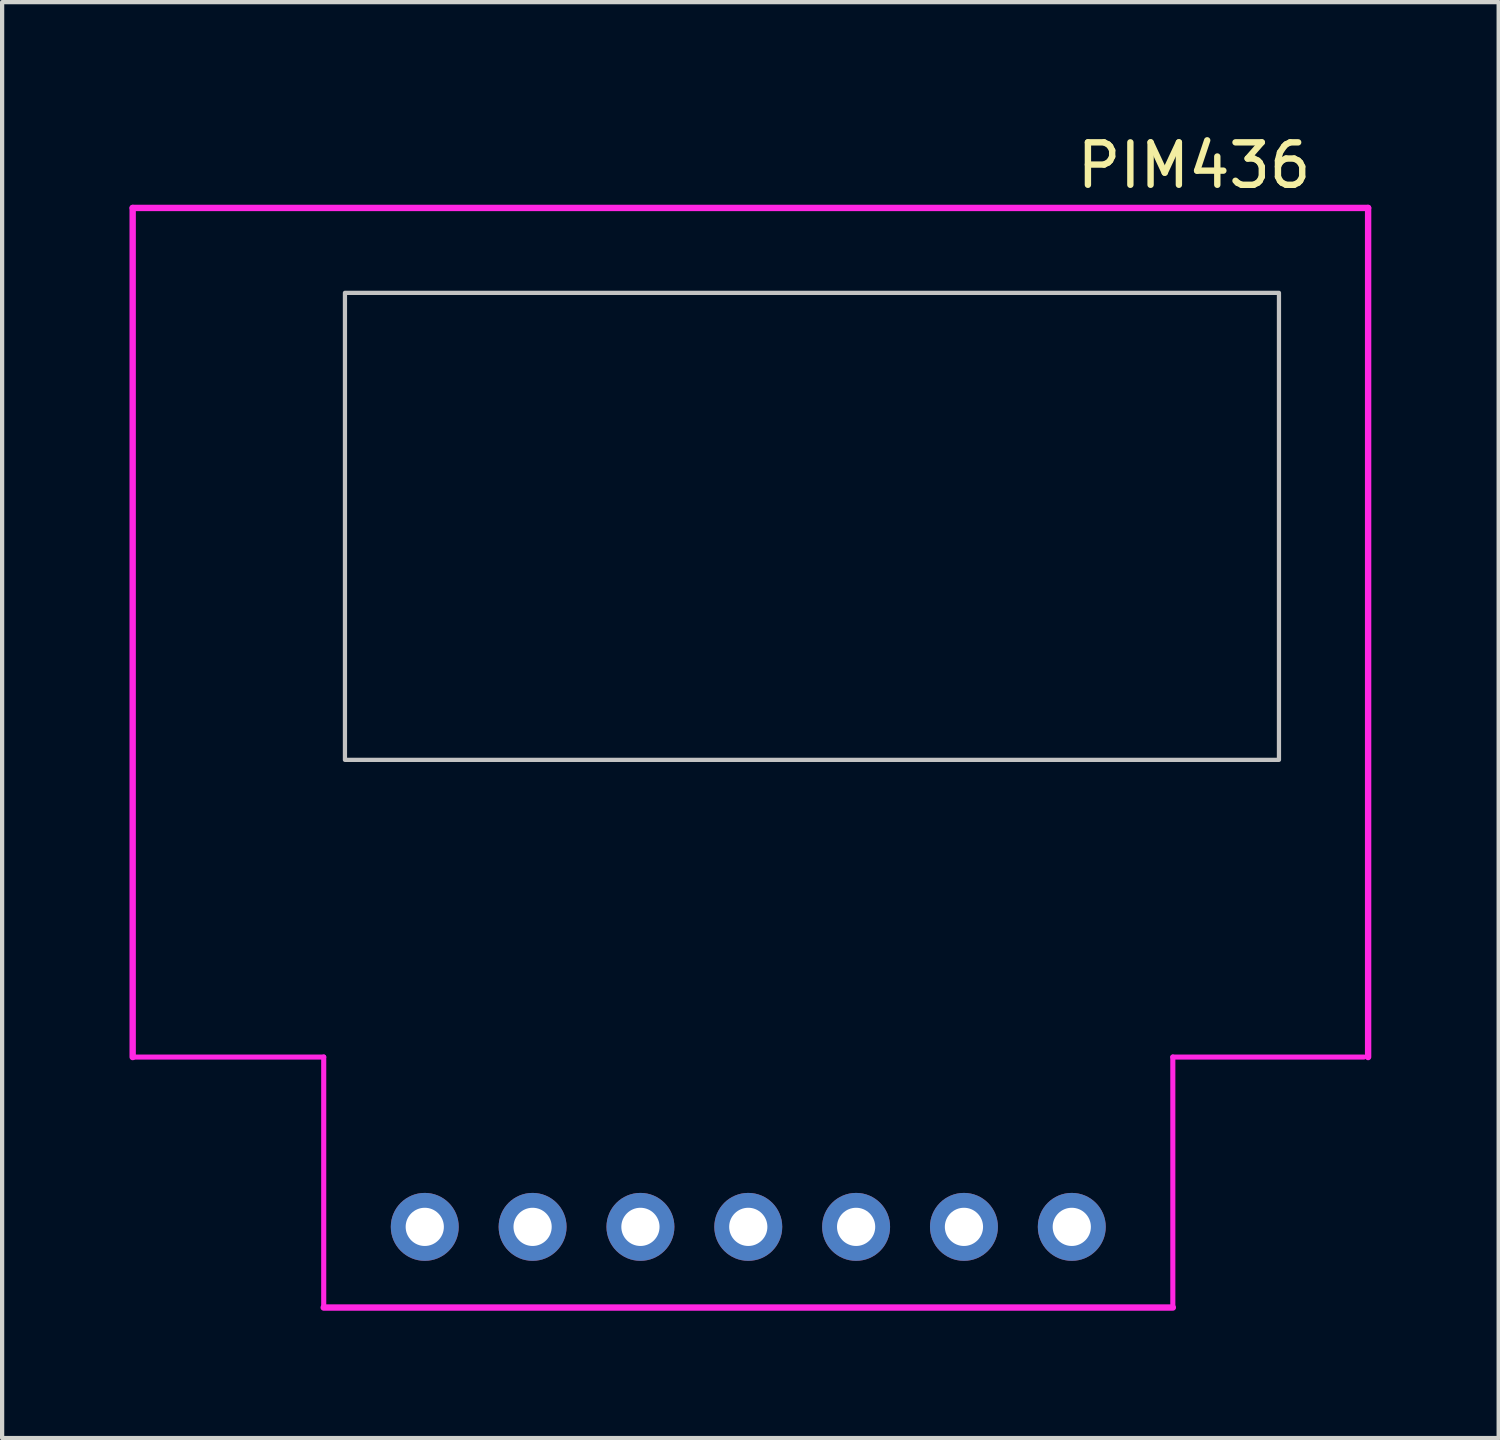
<source format=kicad_pcb>
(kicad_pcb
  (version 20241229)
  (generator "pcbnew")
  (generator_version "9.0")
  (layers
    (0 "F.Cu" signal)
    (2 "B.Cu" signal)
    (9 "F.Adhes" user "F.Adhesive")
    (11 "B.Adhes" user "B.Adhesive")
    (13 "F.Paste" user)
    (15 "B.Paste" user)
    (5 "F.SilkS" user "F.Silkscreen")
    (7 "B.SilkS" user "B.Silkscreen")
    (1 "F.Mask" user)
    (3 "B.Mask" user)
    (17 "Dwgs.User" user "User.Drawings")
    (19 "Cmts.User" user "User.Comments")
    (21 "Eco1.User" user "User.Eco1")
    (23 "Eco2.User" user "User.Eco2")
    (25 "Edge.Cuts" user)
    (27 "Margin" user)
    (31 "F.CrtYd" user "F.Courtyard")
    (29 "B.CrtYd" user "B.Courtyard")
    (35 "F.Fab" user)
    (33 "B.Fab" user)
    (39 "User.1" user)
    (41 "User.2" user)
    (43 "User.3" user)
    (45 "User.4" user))
  (footprint "PIM436"
    (layer "F.Cu")
    (at 14.575 25.848)
    (property "Reference" "PIM436" (at 10.5 -25 0) (layer "F.SilkS") (effects (font (size 1 1) (thickness 0.15))))
    (attr through_hole)
    (fp_poly (pts (xy 12.5 -11) (xy -9.5 -11) (xy -9.5 -22) (xy 12.5 -22)) (stroke (width 0.1) (type solid)) (fill no) (layer "Dwgs.User"))
    (fp_line (start -14.5 -24) (end -14.5 -4) (stroke (width 0.15) (type solid)) (layer "F.CrtYd"))
    (fp_line (start -14.5 -24) (end 14.6 -24) (stroke (width 0.15) (type solid)) (layer "F.CrtYd"))
    (fp_line (start -10 -4) (end -14.5 -4) (stroke (width 0.12) (type solid)) (layer "F.CrtYd"))
    (fp_line (start -10 1.9) (end -10 -4) (stroke (width 0.12) (type solid)) (layer "F.CrtYd"))
    (fp_line (start -10 1.9) (end 10 1.9) (stroke (width 0.15) (type solid)) (layer "F.CrtYd"))
    (fp_line (start 10 -4) (end 14.5 -4) (stroke (width 0.12) (type solid)) (layer "F.CrtYd"))
    (fp_line (start 10 1.9) (end 10 -4) (stroke (width 0.12) (type solid)) (layer "F.CrtYd"))
    (fp_line (start 14.6 -24) (end 14.6 -4) (stroke (width 0.15) (type solid)) (layer "F.CrtYd"))
    (pad "1" thru_hole circle (at -7.62 0) (size 1.6 1.6) (drill 0.9) (layers "*.Cu" "*.Mask"))
    (pad "2" thru_hole circle (at -5.08 0) (size 1.6 1.6) (drill 0.9) (layers "*.Cu" "*.Mask"))
    (pad "3" thru_hole circle (at -2.54 0) (size 1.6 1.6) (drill 0.9) (layers "*.Cu" "*.Mask"))
    (pad "4" thru_hole circle (at 0 0) (size 1.6 1.6) (drill 0.9) (layers "*.Cu" "*.Mask"))
    (pad "5" thru_hole circle (at 2.54 0) (size 1.6 1.6) (drill 0.9) (layers "*.Cu" "*.Mask"))
    (pad "6" thru_hole circle (at 5.08 0) (size 1.6 1.6) (drill 0.9) (layers "*.Cu" "*.Mask"))
    (pad "7" thru_hole circle (at 7.62 0) (size 1.6 1.6) (drill 0.9) (layers "*.Cu" "*.Mask")))
  (gr_rect
    (start -3 -3)
    (end 32.25 30.823)
    (stroke (width 0.1) (type default))
    (fill no)
    (layer "Edge.Cuts")))
</source>
